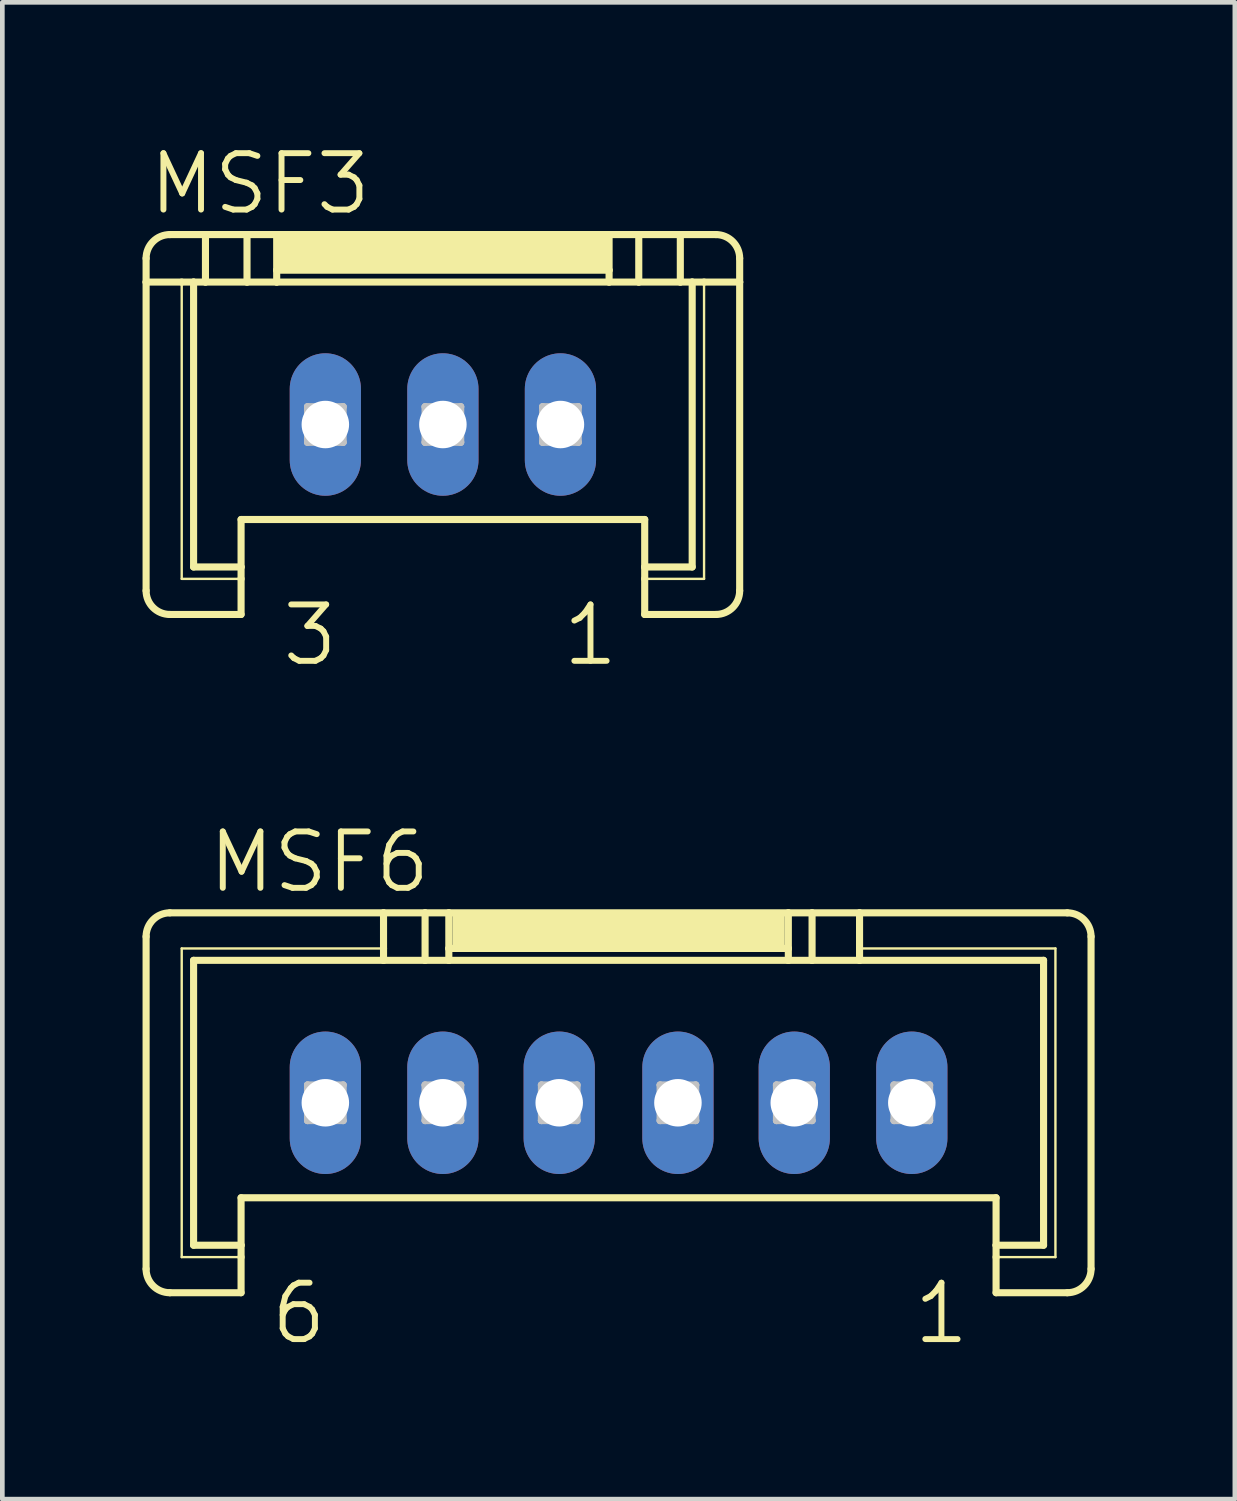
<source format=kicad_pcb>
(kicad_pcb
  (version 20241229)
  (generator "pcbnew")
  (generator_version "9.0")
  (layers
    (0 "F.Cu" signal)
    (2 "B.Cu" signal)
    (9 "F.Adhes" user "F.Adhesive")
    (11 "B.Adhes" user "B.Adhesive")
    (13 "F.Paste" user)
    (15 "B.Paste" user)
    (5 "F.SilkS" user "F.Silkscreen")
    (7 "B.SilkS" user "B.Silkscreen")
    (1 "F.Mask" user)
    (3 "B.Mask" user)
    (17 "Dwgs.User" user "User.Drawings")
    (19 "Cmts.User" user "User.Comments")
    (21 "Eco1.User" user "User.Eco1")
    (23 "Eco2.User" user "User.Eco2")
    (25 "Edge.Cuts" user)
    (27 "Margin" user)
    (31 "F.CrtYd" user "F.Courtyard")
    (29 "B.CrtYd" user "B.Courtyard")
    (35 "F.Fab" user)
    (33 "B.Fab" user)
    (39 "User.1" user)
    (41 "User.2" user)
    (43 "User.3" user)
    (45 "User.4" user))
  (footprint "MSF3"
    (layer "F.Cu")
    (at 6.426 3.493)
    (property "Reference" "MSF3" (at -6.35 -1.905 0) (layer "F.SilkS") (effects (font (size 1.206 1.206) (thickness 0.127)) (justify left bottom)))
    (attr through_hole)
    (fp_line (start -6.35 -0.508) (end -6.35 -1.016) (stroke (width 0.152) (type solid)) (layer "F.SilkS"))
    (fp_line (start -6.35 6.096) (end -6.35 -0.508) (stroke (width 0.152) (type solid)) (layer "F.SilkS"))
    (fp_line (start -5.842 -1.524) (end -5.08 -1.524) (stroke (width 0.152) (type solid)) (layer "F.SilkS"))
    (fp_line (start -5.588 -0.508) (end -6.35 -0.508) (stroke (width 0.152) (type solid)) (layer "F.SilkS"))
    (fp_line (start -5.588 5.842) (end -5.588 -0.508) (stroke (width 0.051) (type solid)) (layer "F.SilkS"))
    (fp_line (start -5.334 -0.508) (end -5.588 -0.508) (stroke (width 0.152) (type solid)) (layer "F.SilkS"))
    (fp_line (start -5.334 -0.508) (end -5.08 -0.508) (stroke (width 0.152) (type solid)) (layer "F.SilkS"))
    (fp_line (start -5.334 5.588) (end -5.334 -0.508) (stroke (width 0.152) (type solid)) (layer "F.SilkS"))
    (fp_line (start -5.08 -1.524) (end -5.08 -0.508) (stroke (width 0.152) (type solid)) (layer "F.SilkS"))
    (fp_line (start -5.08 -1.524) (end -4.191 -1.524) (stroke (width 0.152) (type solid)) (layer "F.SilkS"))
    (fp_line (start -5.08 -0.508) (end -4.191 -0.508) (stroke (width 0.152) (type solid)) (layer "F.SilkS"))
    (fp_line (start -4.318 5.588) (end -5.334 5.588) (stroke (width 0.152) (type solid)) (layer "F.SilkS"))
    (fp_line (start -4.318 5.588) (end -4.318 4.572) (stroke (width 0.152) (type solid)) (layer "F.SilkS"))
    (fp_line (start -4.318 5.588) (end -4.318 5.842) (stroke (width 0.152) (type solid)) (layer "F.SilkS"))
    (fp_line (start -4.318 5.842) (end -5.588 5.842) (stroke (width 0.051) (type solid)) (layer "F.SilkS"))
    (fp_line (start -4.318 5.842) (end -4.318 6.604) (stroke (width 0.152) (type solid)) (layer "F.SilkS"))
    (fp_line (start -4.318 6.604) (end -5.842 6.604) (stroke (width 0.152) (type solid)) (layer "F.SilkS"))
    (fp_line (start -4.191 -1.524) (end -4.191 -0.508) (stroke (width 0.152) (type solid)) (layer "F.SilkS"))
    (fp_line (start -4.191 -1.524) (end -3.556 -1.524) (stroke (width 0.152) (type solid)) (layer "F.SilkS"))
    (fp_line (start -4.191 -0.508) (end -3.556 -0.508) (stroke (width 0.152) (type solid)) (layer "F.SilkS"))
    (fp_line (start -3.556 -1.524) (end -3.556 -0.762) (stroke (width 0.152) (type solid)) (layer "F.SilkS"))
    (fp_line (start -3.556 -1.524) (end 3.556 -1.524) (stroke (width 0.152) (type solid)) (layer "F.SilkS"))
    (fp_line (start -3.556 -0.762) (end -3.556 -0.508) (stroke (width 0.152) (type solid)) (layer "F.SilkS"))
    (fp_line (start -3.556 -0.762) (end 3.556 -0.762) (stroke (width 0.152) (type solid)) (layer "F.SilkS"))
    (fp_line (start -3.556 -0.508) (end 3.556 -0.508) (stroke (width 0.152) (type solid)) (layer "F.SilkS"))
    (fp_line (start 3.556 -1.524) (end 3.556 -0.762) (stroke (width 0.152) (type solid)) (layer "F.SilkS"))
    (fp_line (start 3.556 -1.524) (end 4.191 -1.524) (stroke (width 0.152) (type solid)) (layer "F.SilkS"))
    (fp_line (start 3.556 -0.762) (end 3.556 -0.508) (stroke (width 0.152) (type solid)) (layer "F.SilkS"))
    (fp_line (start 3.556 -0.508) (end 4.191 -0.508) (stroke (width 0.152) (type solid)) (layer "F.SilkS"))
    (fp_line (start 4.191 -1.524) (end 4.191 -0.508) (stroke (width 0.152) (type solid)) (layer "F.SilkS"))
    (fp_line (start 4.191 -1.524) (end 5.08 -1.524) (stroke (width 0.152) (type solid)) (layer "F.SilkS"))
    (fp_line (start 4.191 -0.508) (end 5.08 -0.508) (stroke (width 0.152) (type solid)) (layer "F.SilkS"))
    (fp_line (start 4.318 4.572) (end -4.318 4.572) (stroke (width 0.152) (type solid)) (layer "F.SilkS"))
    (fp_line (start 4.318 5.588) (end 4.318 4.572) (stroke (width 0.152) (type solid)) (layer "F.SilkS"))
    (fp_line (start 4.318 5.842) (end 4.318 5.588) (stroke (width 0.152) (type solid)) (layer "F.SilkS"))
    (fp_line (start 4.318 6.604) (end 4.318 5.842) (stroke (width 0.152) (type solid)) (layer "F.SilkS"))
    (fp_line (start 5.08 -1.524) (end 5.08 -0.508) (stroke (width 0.152) (type solid)) (layer "F.SilkS"))
    (fp_line (start 5.08 -1.524) (end 5.842 -1.524) (stroke (width 0.152) (type solid)) (layer "F.SilkS"))
    (fp_line (start 5.08 -0.508) (end 5.334 -0.508) (stroke (width 0.152) (type solid)) (layer "F.SilkS"))
    (fp_line (start 5.334 -0.508) (end 5.334 5.588) (stroke (width 0.152) (type solid)) (layer "F.SilkS"))
    (fp_line (start 5.334 5.588) (end 4.318 5.588) (stroke (width 0.152) (type solid)) (layer "F.SilkS"))
    (fp_line (start 5.588 -0.508) (end 5.334 -0.508) (stroke (width 0.152) (type solid)) (layer "F.SilkS"))
    (fp_line (start 5.588 -0.508) (end 5.588 5.842) (stroke (width 0.051) (type solid)) (layer "F.SilkS"))
    (fp_line (start 5.588 5.842) (end 4.318 5.842) (stroke (width 0.051) (type solid)) (layer "F.SilkS"))
    (fp_line (start 5.842 6.604) (end 4.318 6.604) (stroke (width 0.152) (type solid)) (layer "F.SilkS"))
    (fp_line (start 6.35 -1.016) (end 6.35 -0.508) (stroke (width 0.152) (type solid)) (layer "F.SilkS"))
    (fp_line (start 6.35 -0.508) (end 5.588 -0.508) (stroke (width 0.152) (type solid)) (layer "F.SilkS"))
    (fp_line (start 6.35 6.096) (end 6.35 -0.508) (stroke (width 0.152) (type solid)) (layer "F.SilkS"))
    (fp_arc (start -6.35 -1.016) (mid -6.20121 -1.37521) (end -5.842 -1.524) (stroke (width 0.1524) (type solid)) (layer "F.SilkS"))
    (fp_arc (start -5.842 6.604) (mid -6.20121 6.45521) (end -6.35 6.096) (stroke (width 0.1524) (type solid)) (layer "F.SilkS"))
    (fp_arc (start 5.842 -1.524) (mid 6.20121 -1.37521) (end 6.35 -1.016) (stroke (width 0.1524) (type solid)) (layer "F.SilkS"))
    (fp_arc (start 6.35 6.096) (mid 6.20121 6.45521) (end 5.842 6.604) (stroke (width 0.1524) (type solid)) (layer "F.SilkS"))
    (fp_poly (pts (xy -3.556 -0.762) (xy 3.556 -0.762) (xy 3.556 -1.524) (xy -3.556 -1.524)) (stroke (width 0) (type solid)) (fill yes) (layer "F.SilkS"))
    (fp_line (start -2.896 2.159) (end -2.896 2.921) (stroke (width 0.152) (type solid)) (layer "Dwgs.User"))
    (fp_line (start -2.896 2.159) (end -2.134 2.921) (stroke (width 0.152) (type solid)) (layer "Dwgs.User"))
    (fp_line (start -2.896 2.921) (end -2.134 2.921) (stroke (width 0.152) (type solid)) (layer "Dwgs.User"))
    (fp_line (start -2.134 2.159) (end -2.896 2.159) (stroke (width 0.152) (type solid)) (layer "Dwgs.User"))
    (fp_line (start -2.134 2.159) (end -2.896 2.921) (stroke (width 0.152) (type solid)) (layer "Dwgs.User"))
    (fp_line (start -2.134 2.921) (end -2.134 2.159) (stroke (width 0.152) (type solid)) (layer "Dwgs.User"))
    (fp_line (start -0.381 2.159) (end -0.381 2.921) (stroke (width 0.152) (type solid)) (layer "Dwgs.User"))
    (fp_line (start -0.381 2.159) (end 0.381 2.921) (stroke (width 0.152) (type solid)) (layer "Dwgs.User"))
    (fp_line (start -0.381 2.921) (end 0.381 2.921) (stroke (width 0.152) (type solid)) (layer "Dwgs.User"))
    (fp_line (start 0.381 2.159) (end -0.381 2.159) (stroke (width 0.152) (type solid)) (layer "Dwgs.User"))
    (fp_line (start 0.381 2.159) (end -0.381 2.921) (stroke (width 0.152) (type solid)) (layer "Dwgs.User"))
    (fp_line (start 0.381 2.921) (end 0.381 2.159) (stroke (width 0.152) (type solid)) (layer "Dwgs.User"))
    (fp_line (start 2.134 2.159) (end 2.134 2.921) (stroke (width 0.152) (type solid)) (layer "Dwgs.User"))
    (fp_line (start 2.134 2.159) (end 2.896 2.921) (stroke (width 0.152) (type solid)) (layer "Dwgs.User"))
    (fp_line (start 2.134 2.921) (end 2.896 2.921) (stroke (width 0.152) (type solid)) (layer "Dwgs.User"))
    (fp_line (start 2.896 2.159) (end 2.134 2.159) (stroke (width 0.152) (type solid)) (layer "Dwgs.User"))
    (fp_line (start 2.896 2.159) (end 2.134 2.921) (stroke (width 0.152) (type solid)) (layer "Dwgs.User"))
    (fp_line (start 2.896 2.921) (end 2.896 2.159) (stroke (width 0.152) (type solid)) (layer "Dwgs.User"))
    (fp_text user "3" (at -3.5 7.75 0) (layer "F.SilkS") (effects (font (size 1.206 1.206) (thickness 0.127)) (justify left bottom)))
    (fp_text user "1" (at 2.5 7.75 0) (layer "F.SilkS") (effects (font (size 1.206 1.206) (thickness 0.127)) (justify left bottom)))
    (pad "1" thru_hole oval (at 2.515 2.54 90) (size 3.048 1.524) (drill 1.016) (layers "*.Cu" "*.Mask"))
    (pad "2" thru_hole oval (at 0 2.54 90) (size 3.048 1.524) (drill 1.016) (layers "*.Cu" "*.Mask"))
    (pad "3" thru_hole oval (at -2.515 2.54 90) (size 3.048 1.524) (drill 1.016) (layers "*.Cu" "*.Mask")))
  (footprint "MSF6"
    (layer "F.Cu")
    (at 10.185 18.005)
    (property "Reference" "MSF6" (at -8.839 -1.905 0) (layer "F.SilkS") (effects (font (size 1.206 1.206) (thickness 0.127)) (justify left bottom)))
    (attr through_hole)
    (fp_line (start -10.109 6.096) (end -10.109 -1.016) (stroke (width 0.152) (type solid)) (layer "F.SilkS"))
    (fp_line (start -9.601 -1.524) (end -5.029 -1.524) (stroke (width 0.152) (type solid)) (layer "F.SilkS"))
    (fp_line (start -9.347 -0.762) (end -5.029 -0.762) (stroke (width 0.051) (type solid)) (layer "F.SilkS"))
    (fp_line (start -9.347 5.842) (end -9.347 -0.762) (stroke (width 0.051) (type solid)) (layer "F.SilkS"))
    (fp_line (start -9.093 -0.508) (end -5.029 -0.508) (stroke (width 0.152) (type solid)) (layer "F.SilkS"))
    (fp_line (start -9.093 5.588) (end -9.093 -0.508) (stroke (width 0.152) (type solid)) (layer "F.SilkS"))
    (fp_line (start -8.077 5.588) (end -9.093 5.588) (stroke (width 0.152) (type solid)) (layer "F.SilkS"))
    (fp_line (start -8.077 5.588) (end -8.077 4.572) (stroke (width 0.152) (type solid)) (layer "F.SilkS"))
    (fp_line (start -8.077 5.588) (end -8.077 5.842) (stroke (width 0.152) (type solid)) (layer "F.SilkS"))
    (fp_line (start -8.077 5.842) (end -9.347 5.842) (stroke (width 0.051) (type solid)) (layer "F.SilkS"))
    (fp_line (start -8.077 5.842) (end -8.077 6.604) (stroke (width 0.152) (type solid)) (layer "F.SilkS"))
    (fp_line (start -8.077 6.604) (end -9.601 6.604) (stroke (width 0.152) (type solid)) (layer "F.SilkS"))
    (fp_line (start -5.029 -1.524) (end -5.029 -0.762) (stroke (width 0.152) (type solid)) (layer "F.SilkS"))
    (fp_line (start -5.029 -1.524) (end -4.14 -1.524) (stroke (width 0.152) (type solid)) (layer "F.SilkS"))
    (fp_line (start -5.029 -0.762) (end -5.029 -0.508) (stroke (width 0.152) (type solid)) (layer "F.SilkS"))
    (fp_line (start -5.029 -0.508) (end -4.14 -0.508) (stroke (width 0.152) (type solid)) (layer "F.SilkS"))
    (fp_line (start -4.14 -1.524) (end -4.14 -0.508) (stroke (width 0.152) (type solid)) (layer "F.SilkS"))
    (fp_line (start -4.14 -1.524) (end -3.632 -1.524) (stroke (width 0.152) (type solid)) (layer "F.SilkS"))
    (fp_line (start -4.14 -0.508) (end -3.632 -0.508) (stroke (width 0.152) (type solid)) (layer "F.SilkS"))
    (fp_line (start -3.632 -1.524) (end -3.632 -0.762) (stroke (width 0.152) (type solid)) (layer "F.SilkS"))
    (fp_line (start -3.632 -1.524) (end 3.632 -1.524) (stroke (width 0.152) (type solid)) (layer "F.SilkS"))
    (fp_line (start -3.632 -0.762) (end -3.632 -0.508) (stroke (width 0.152) (type solid)) (layer "F.SilkS"))
    (fp_line (start -3.632 -0.762) (end 3.632 -0.762) (stroke (width 0.152) (type solid)) (layer "F.SilkS"))
    (fp_line (start -3.632 -0.508) (end 3.632 -0.508) (stroke (width 0.152) (type solid)) (layer "F.SilkS"))
    (fp_line (start 3.632 -1.524) (end 3.632 -0.762) (stroke (width 0.152) (type solid)) (layer "F.SilkS"))
    (fp_line (start 3.632 -1.524) (end 4.14 -1.524) (stroke (width 0.152) (type solid)) (layer "F.SilkS"))
    (fp_line (start 3.632 -0.762) (end 3.632 -0.508) (stroke (width 0.152) (type solid)) (layer "F.SilkS"))
    (fp_line (start 3.632 -0.508) (end 4.14 -0.508) (stroke (width 0.152) (type solid)) (layer "F.SilkS"))
    (fp_line (start 4.14 -1.524) (end 4.14 -0.508) (stroke (width 0.152) (type solid)) (layer "F.SilkS"))
    (fp_line (start 4.14 -1.524) (end 5.156 -1.524) (stroke (width 0.152) (type solid)) (layer "F.SilkS"))
    (fp_line (start 4.14 -0.508) (end 5.156 -0.508) (stroke (width 0.152) (type solid)) (layer "F.SilkS"))
    (fp_line (start 5.156 -1.524) (end 5.156 -0.762) (stroke (width 0.152) (type solid)) (layer "F.SilkS"))
    (fp_line (start 5.156 -1.524) (end 9.601 -1.524) (stroke (width 0.152) (type solid)) (layer "F.SilkS"))
    (fp_line (start 5.156 -0.762) (end 5.156 -0.508) (stroke (width 0.152) (type solid)) (layer "F.SilkS"))
    (fp_line (start 5.156 -0.762) (end 9.347 -0.762) (stroke (width 0.051) (type solid)) (layer "F.SilkS"))
    (fp_line (start 5.156 -0.508) (end 9.093 -0.508) (stroke (width 0.152) (type solid)) (layer "F.SilkS"))
    (fp_line (start 8.077 4.572) (end -8.077 4.572) (stroke (width 0.152) (type solid)) (layer "F.SilkS"))
    (fp_line (start 8.077 5.588) (end 8.077 4.572) (stroke (width 0.152) (type solid)) (layer "F.SilkS"))
    (fp_line (start 8.077 5.842) (end 8.077 5.588) (stroke (width 0.152) (type solid)) (layer "F.SilkS"))
    (fp_line (start 8.077 6.604) (end 8.077 5.842) (stroke (width 0.152) (type solid)) (layer "F.SilkS"))
    (fp_line (start 9.093 -0.508) (end 9.093 5.588) (stroke (width 0.152) (type solid)) (layer "F.SilkS"))
    (fp_line (start 9.093 5.588) (end 8.077 5.588) (stroke (width 0.152) (type solid)) (layer "F.SilkS"))
    (fp_line (start 9.347 -0.762) (end 9.347 5.842) (stroke (width 0.051) (type solid)) (layer "F.SilkS"))
    (fp_line (start 9.347 5.842) (end 8.077 5.842) (stroke (width 0.051) (type solid)) (layer "F.SilkS"))
    (fp_line (start 9.601 6.604) (end 8.077 6.604) (stroke (width 0.152) (type solid)) (layer "F.SilkS"))
    (fp_line (start 10.109 -1.016) (end 10.109 6.096) (stroke (width 0.152) (type solid)) (layer "F.SilkS"))
    (fp_arc (start -10.1092 -1.016) (mid -9.96041 -1.37521) (end -9.6012 -1.524) (stroke (width 0.1524) (type solid)) (layer "F.SilkS"))
    (fp_arc (start -9.6012 6.604) (mid -9.96041 6.45521) (end -10.1092 6.096) (stroke (width 0.1524) (type solid)) (layer "F.SilkS"))
    (fp_arc (start 9.6012 -1.524) (mid 9.96041 -1.37521) (end 10.1092 -1.016) (stroke (width 0.1524) (type solid)) (layer "F.SilkS"))
    (fp_arc (start 10.1092 6.096) (mid 9.96041 6.45521) (end 9.6012 6.604) (stroke (width 0.1524) (type solid)) (layer "F.SilkS"))
    (fp_poly (pts (xy -3.556 -0.762) (xy 3.556 -0.762) (xy 3.556 -1.524) (xy -3.556 -1.524)) (stroke (width 0) (type solid)) (fill yes) (layer "F.SilkS"))
    (fp_line (start -6.655 2.159) (end -6.655 2.921) (stroke (width 0.152) (type solid)) (layer "Dwgs.User"))
    (fp_line (start -6.655 2.159) (end -5.893 2.921) (stroke (width 0.152) (type solid)) (layer "Dwgs.User"))
    (fp_line (start -6.655 2.921) (end -5.893 2.921) (stroke (width 0.152) (type solid)) (layer "Dwgs.User"))
    (fp_line (start -5.893 2.159) (end -6.655 2.159) (stroke (width 0.152) (type solid)) (layer "Dwgs.User"))
    (fp_line (start -5.893 2.159) (end -6.655 2.921) (stroke (width 0.152) (type solid)) (layer "Dwgs.User"))
    (fp_line (start -5.893 2.921) (end -5.893 2.159) (stroke (width 0.152) (type solid)) (layer "Dwgs.User"))
    (fp_line (start -4.14 2.159) (end -4.14 2.921) (stroke (width 0.152) (type solid)) (layer "Dwgs.User"))
    (fp_line (start -4.14 2.159) (end -3.378 2.921) (stroke (width 0.152) (type solid)) (layer "Dwgs.User"))
    (fp_line (start -4.14 2.921) (end -3.378 2.921) (stroke (width 0.152) (type solid)) (layer "Dwgs.User"))
    (fp_line (start -3.378 2.159) (end -4.14 2.159) (stroke (width 0.152) (type solid)) (layer "Dwgs.User"))
    (fp_line (start -3.378 2.159) (end -4.14 2.921) (stroke (width 0.152) (type solid)) (layer "Dwgs.User"))
    (fp_line (start -3.378 2.921) (end -3.378 2.159) (stroke (width 0.152) (type solid)) (layer "Dwgs.User"))
    (fp_line (start -1.651 2.159) (end -1.651 2.921) (stroke (width 0.152) (type solid)) (layer "Dwgs.User"))
    (fp_line (start -1.651 2.159) (end -0.889 2.921) (stroke (width 0.152) (type solid)) (layer "Dwgs.User"))
    (fp_line (start -1.651 2.921) (end -0.889 2.921) (stroke (width 0.152) (type solid)) (layer "Dwgs.User"))
    (fp_line (start -0.889 2.159) (end -1.651 2.159) (stroke (width 0.152) (type solid)) (layer "Dwgs.User"))
    (fp_line (start -0.889 2.159) (end -1.651 2.921) (stroke (width 0.152) (type solid)) (layer "Dwgs.User"))
    (fp_line (start -0.889 2.921) (end -0.889 2.159) (stroke (width 0.152) (type solid)) (layer "Dwgs.User"))
    (fp_line (start 0.889 2.159) (end 0.889 2.921) (stroke (width 0.152) (type solid)) (layer "Dwgs.User"))
    (fp_line (start 0.889 2.159) (end 1.651 2.921) (stroke (width 0.152) (type solid)) (layer "Dwgs.User"))
    (fp_line (start 0.889 2.921) (end 1.651 2.921) (stroke (width 0.152) (type solid)) (layer "Dwgs.User"))
    (fp_line (start 1.651 2.159) (end 0.889 2.159) (stroke (width 0.152) (type solid)) (layer "Dwgs.User"))
    (fp_line (start 1.651 2.159) (end 0.889 2.921) (stroke (width 0.152) (type solid)) (layer "Dwgs.User"))
    (fp_line (start 1.651 2.921) (end 1.651 2.159) (stroke (width 0.152) (type solid)) (layer "Dwgs.User"))
    (fp_line (start 3.378 2.159) (end 3.378 2.921) (stroke (width 0.152) (type solid)) (layer "Dwgs.User"))
    (fp_line (start 3.378 2.159) (end 4.14 2.921) (stroke (width 0.152) (type solid)) (layer "Dwgs.User"))
    (fp_line (start 3.378 2.921) (end 4.14 2.921) (stroke (width 0.152) (type solid)) (layer "Dwgs.User"))
    (fp_line (start 4.14 2.159) (end 3.378 2.159) (stroke (width 0.152) (type solid)) (layer "Dwgs.User"))
    (fp_line (start 4.14 2.159) (end 3.378 2.921) (stroke (width 0.152) (type solid)) (layer "Dwgs.User"))
    (fp_line (start 4.14 2.921) (end 4.14 2.159) (stroke (width 0.152) (type solid)) (layer "Dwgs.User"))
    (fp_line (start 5.893 2.159) (end 5.893 2.921) (stroke (width 0.152) (type solid)) (layer "Dwgs.User"))
    (fp_line (start 5.893 2.159) (end 6.655 2.921) (stroke (width 0.152) (type solid)) (layer "Dwgs.User"))
    (fp_line (start 5.893 2.921) (end 6.655 2.921) (stroke (width 0.152) (type solid)) (layer "Dwgs.User"))
    (fp_line (start 6.655 2.159) (end 5.893 2.159) (stroke (width 0.152) (type solid)) (layer "Dwgs.User"))
    (fp_line (start 6.655 2.159) (end 5.893 2.921) (stroke (width 0.152) (type solid)) (layer "Dwgs.User"))
    (fp_line (start 6.655 2.921) (end 6.655 2.159) (stroke (width 0.152) (type solid)) (layer "Dwgs.User"))
    (fp_text user "1" (at 6.25 7.75 0) (layer "F.SilkS") (effects (font (size 1.206 1.206) (thickness 0.127)) (justify left bottom)))
    (fp_text user "6" (at -7.5 7.75 0) (layer "F.SilkS") (effects (font (size 1.206 1.206) (thickness 0.127)) (justify left bottom)))
    (pad "1" thru_hole oval (at 6.274 2.54 90) (size 3.048 1.524) (drill 1.016) (layers "*.Cu" "*.Mask"))
    (pad "2" thru_hole oval (at 3.759 2.54 90) (size 3.048 1.524) (drill 1.016) (layers "*.Cu" "*.Mask"))
    (pad "3" thru_hole oval (at 1.27 2.54 90) (size 3.048 1.524) (drill 1.016) (layers "*.Cu" "*.Mask"))
    (pad "4" thru_hole oval (at -1.27 2.54 90) (size 3.048 1.524) (drill 1.016) (layers "*.Cu" "*.Mask"))
    (pad "5" thru_hole oval (at -3.759 2.54 90) (size 3.048 1.524) (drill 1.016) (layers "*.Cu" "*.Mask"))
    (pad "6" thru_hole oval (at -6.274 2.54 90) (size 3.048 1.524) (drill 1.016) (layers "*.Cu" "*.Mask")))
  (gr_rect
    (start -3 -3)
    (end 23.371 29.025)
    (stroke (width 0.1) (type default))
    (fill no)
    (layer "Edge.Cuts")))
</source>
